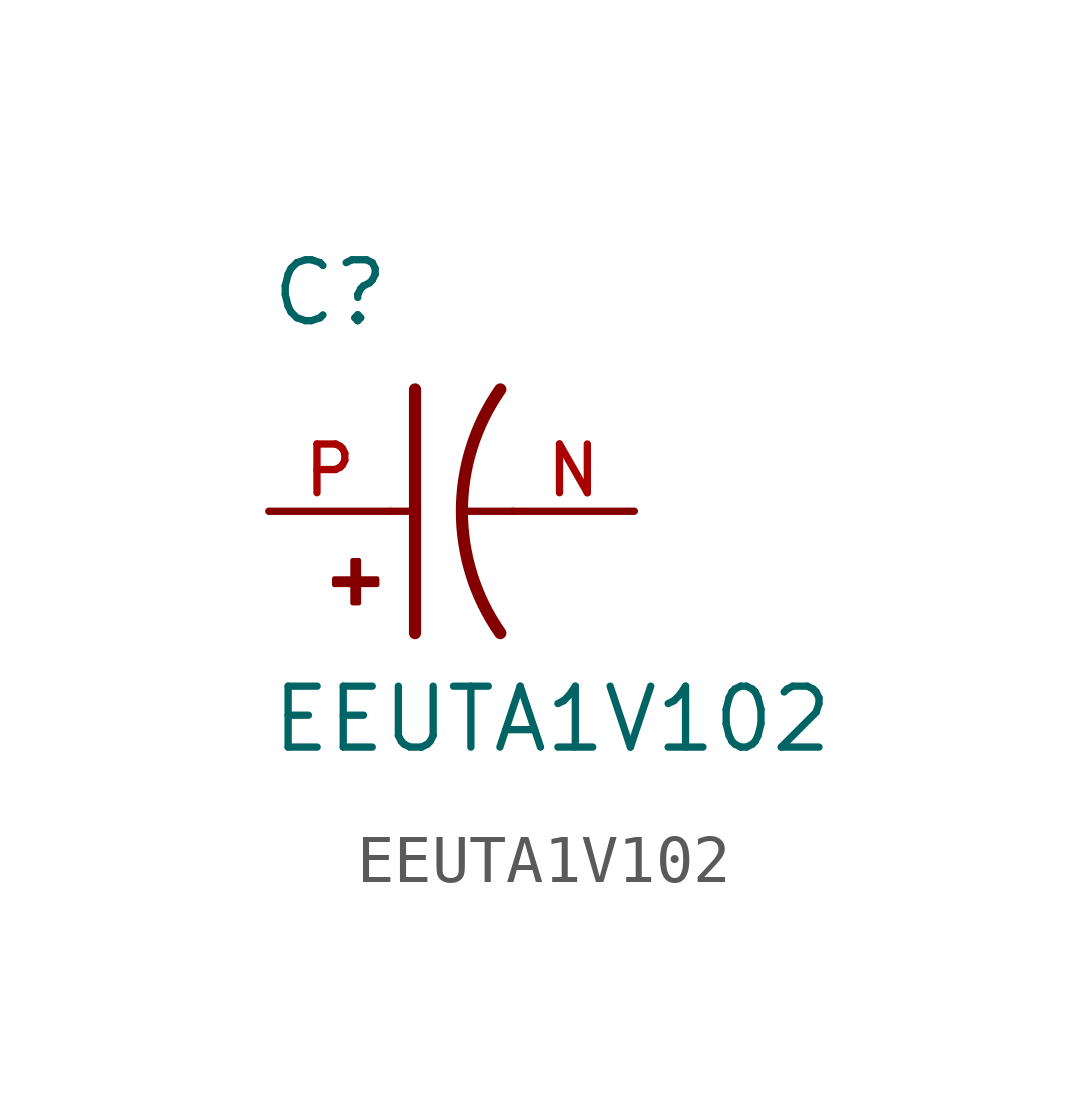
<source format=kicad_sym>
(kicad_symbol_lib
  (version 20211014)
  (generator kicad_symbol_editor)
  (symbol "EEUTA1V102"
    (pin_names
      (offset 1.016))
    (property "Reference" "C"
      (at -2.54 3.81 0)
      (effects (font (size 1.27 1.27)) (justify bottom left)))
    (property "Value" "EEUTA1V102"
      (at -2.54 -5.08 0)
      (effects (font (size 1.27 1.27)) (justify bottom left)))
    (symbol "EEUTA1V102_0_0"
      (arc (start 2.286 -2.54) (mid 1.4851 -0.0) (end 2.286 2.54) (stroke (width 0.254) (type default) (color 0 0 0 0)) (fill (type none)))
      (polyline (pts (xy 0.508 2.54) (xy 0.508 0.0)) (stroke (width 0.254)))
      (rectangle (start -1.173 -1.532) (end -0.284 -1.405) (stroke (width 0.1)) (fill (type outline)))
      (rectangle (start -0.792 -1.913) (end -0.665 -1.024) (stroke (width 0.1)) (fill (type outline)))
      (polyline (pts (xy 0.508 0.0) (xy 0.508 -2.54)) (stroke (width 0.254)))
      (polyline (pts (xy 0.0 0.0) (xy 0.508 0.0)) (stroke (width 0.152)))
      (polyline (pts (xy 2.54 0.0) (xy 1.524 0.0)) (stroke (width 0.152)))
      (pin passive line (at -2.54 0.0 0) (length 2.54) (name "~" (effects (font (size 1.016 1.016)))) (number "P" (effects (font (size 1.016 1.016)))))
      (pin passive line (at 5.08 0.0 180.0) (length 2.54) (name "~" (effects (font (size 1.016 1.016)))) (number "N" (effects (font (size 1.016 1.016))))))))
</source>
